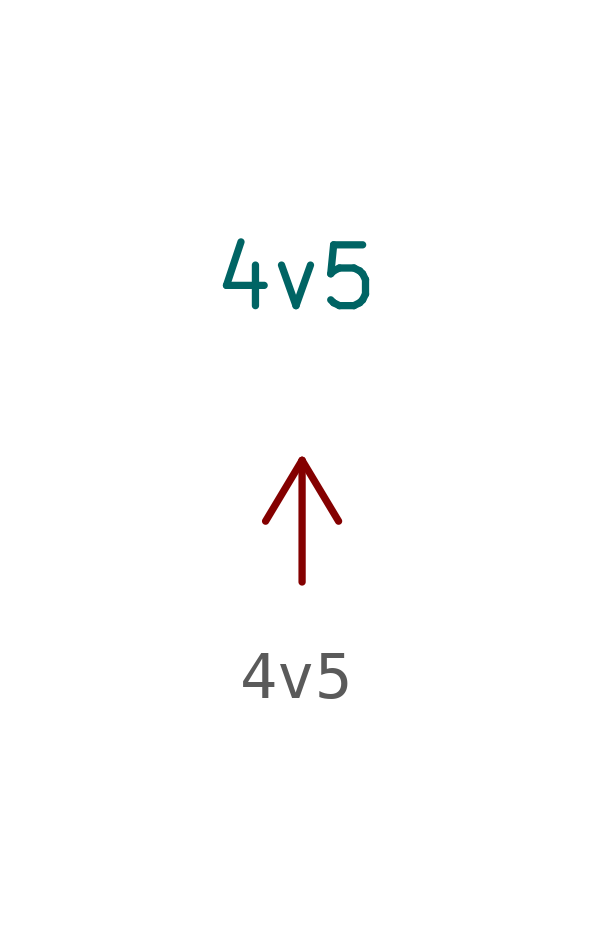
<source format=kicad_sym>
(kicad_symbol_lib
  (version 20211014)
  (generator kicad_symbol_editor)
  (symbol "4v5"
    (property "Reference" "U"
      (at -0.635 4.445 0)
      (effects (font (size 1.27 1.27)) hide))
    (property "Value" "4v5"
      (at -0.635 2.54 0)
      (effects (font (size 1.27 1.27))))
    (symbol "4v5_0_1"
      (polyline (pts (xy -1.27 -2.54) (xy -0.508 -1.27)) (stroke (width 0) (type default) (color 0 0 0 0)) (fill (type none)))
      (polyline (pts (xy -0.508 -3.81) (xy -0.508 -1.27)) (stroke (width 0) (type default) (color 0 0 0 0)) (fill (type none)))
      (polyline (pts (xy -0.508 -1.27) (xy 0.254 -2.54)) (stroke (width 0) (type default) (color 0 0 0 0)) (fill (type none))))
    (symbol "4v5_1_1"
      (pin power_in line (at -0.508 -3.81 90) (length 0) hide (name "+4V5" (effects (font (size 1.27 1.27)))) (number "1" (effects (font (size 1.27 1.27))))))))
</source>
